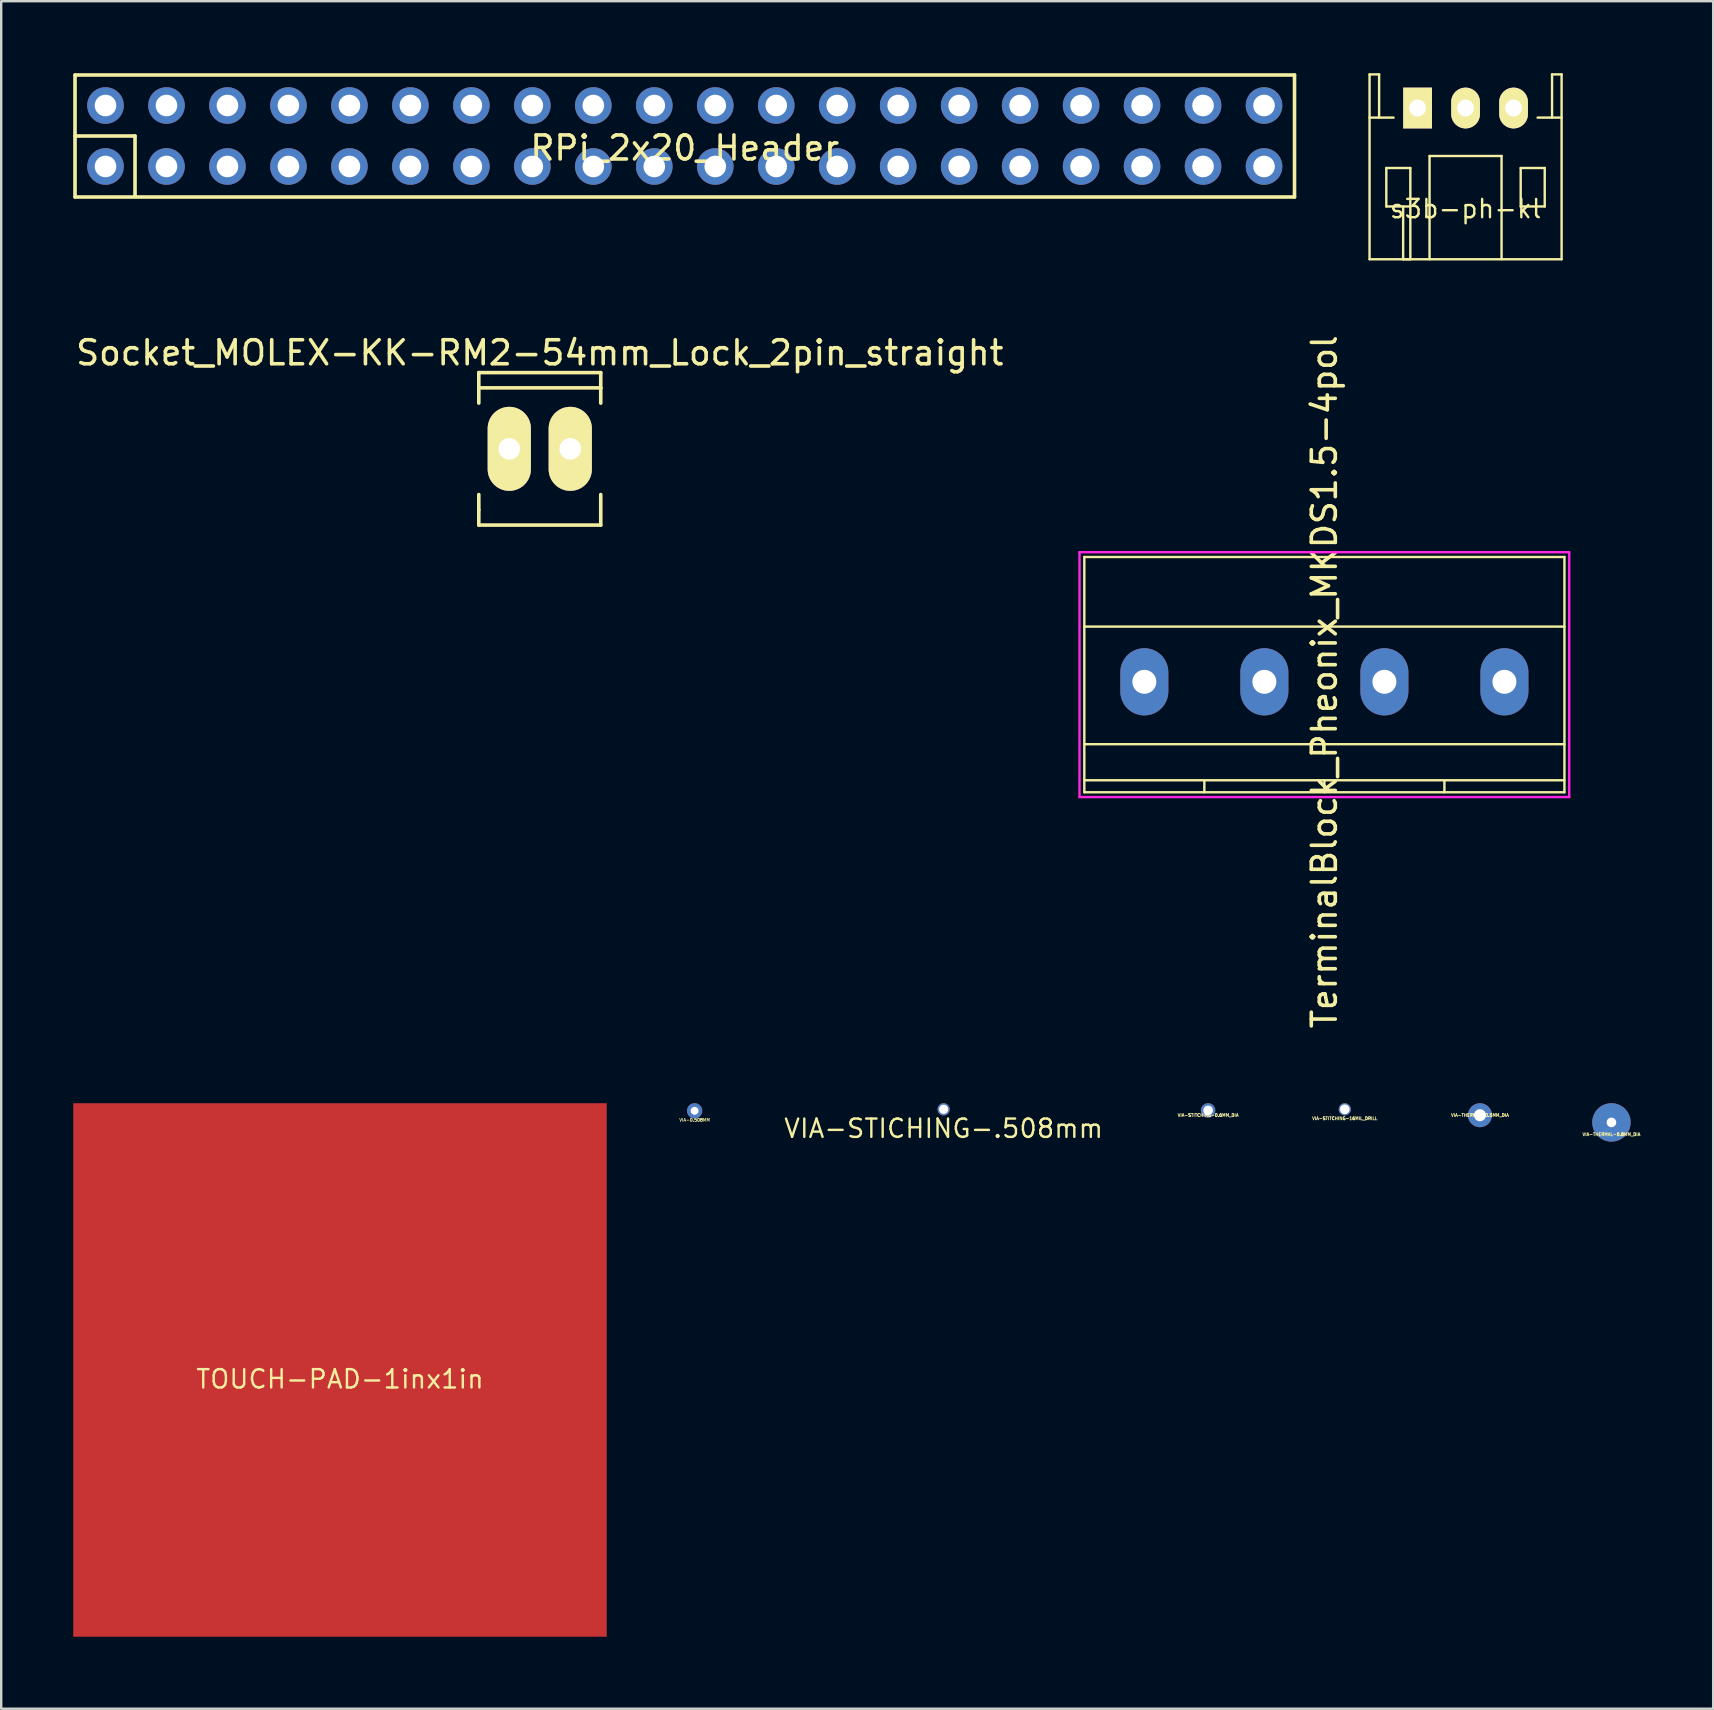
<source format=kicad_pcb>
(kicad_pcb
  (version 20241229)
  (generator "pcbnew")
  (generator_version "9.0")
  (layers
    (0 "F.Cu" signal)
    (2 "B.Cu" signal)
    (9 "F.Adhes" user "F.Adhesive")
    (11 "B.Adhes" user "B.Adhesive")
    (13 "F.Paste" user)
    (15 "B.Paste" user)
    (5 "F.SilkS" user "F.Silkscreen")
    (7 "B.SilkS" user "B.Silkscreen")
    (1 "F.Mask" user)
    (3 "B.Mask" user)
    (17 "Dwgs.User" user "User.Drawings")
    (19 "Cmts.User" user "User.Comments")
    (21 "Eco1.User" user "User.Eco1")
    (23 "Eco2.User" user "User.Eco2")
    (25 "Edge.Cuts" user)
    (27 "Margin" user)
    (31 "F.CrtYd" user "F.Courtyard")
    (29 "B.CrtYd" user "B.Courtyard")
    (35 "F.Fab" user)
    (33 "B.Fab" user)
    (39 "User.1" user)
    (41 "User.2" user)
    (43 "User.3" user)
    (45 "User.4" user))
  (footprint "TerminalBlock_Pheonix_MKDS1.5-4pol"
    (layer "F.Cu")
    (at 52.119 25.352)
    (property "Reference" "TerminalBlock_Pheonix_MKDS1.5-4pol" (at 0 0 90) (layer "F.SilkS") (effects (font (size 1 1) (thickness 0.15))))
    (attr through_hole)
    (fp_line (start -10 -5.2) (end -10 4.6) (stroke (width 0.1) (type solid)) (layer "F.SilkS"))
    (fp_line (start -10 -2.3) (end 10 -2.3) (stroke (width 0.1) (type solid)) (layer "F.SilkS"))
    (fp_line (start -10 2.6) (end 10 2.6) (stroke (width 0.1) (type solid)) (layer "F.SilkS"))
    (fp_line (start -10 4.1) (end 10 4.1) (stroke (width 0.1) (type solid)) (layer "F.SilkS"))
    (fp_line (start -10 4.6) (end 10 4.6) (stroke (width 0.1) (type solid)) (layer "F.SilkS"))
    (fp_line (start -5 4.1) (end -5 4.6) (stroke (width 0.1) (type solid)) (layer "F.SilkS"))
    (fp_line (start 0 4.1) (end 0 4.6) (stroke (width 0.1) (type solid)) (layer "F.SilkS"))
    (fp_line (start 5 4.1) (end 5 4.6) (stroke (width 0.1) (type solid)) (layer "F.SilkS"))
    (fp_line (start 10 -5.2) (end -10 -5.2) (stroke (width 0.1) (type solid)) (layer "F.SilkS"))
    (fp_line (start 10 4.6) (end 10 -5.2) (stroke (width 0.1) (type solid)) (layer "F.SilkS"))
    (fp_line (start -10.2 -5.4) (end 10.2 -5.4) (stroke (width 0.1) (type solid)) (layer "F.CrtYd"))
    (fp_line (start -10.2 4.8) (end -10.2 -5.4) (stroke (width 0.1) (type solid)) (layer "F.CrtYd"))
    (fp_line (start 10.2 -5.4) (end 10.2 4.8) (stroke (width 0.1) (type solid)) (layer "F.CrtYd"))
    (fp_line (start 10.2 4.8) (end -10.2 4.8) (stroke (width 0.1) (type solid)) (layer "F.CrtYd"))
    (pad "1" thru_hole oval (at -7.5 0) (size 2 2.8) (drill 1) (layers "*.Cu" "*.Mask"))
    (pad "2" thru_hole oval (at -2.5 0) (size 2 2.8) (drill 1) (layers "*.Cu" "*.Mask"))
    (pad "3" thru_hole oval (at 2.5 0) (size 2 2.8) (drill 1) (layers "*.Cu" "*.Mask"))
    (pad "4" thru_hole oval (at 7.5 0) (size 2 2.8) (drill 1) (layers "*.Cu" "*.Mask")))
  (footprint "RPi_2x20_Header"
    (layer "F.Cu")
    (at 25.475 2.615)
    (property "Reference" "RPi_2x20_Header" (at 0 0.5 0) (layer "F.SilkS") (effects (font (size 1 1) (thickness 0.15))))
    (attr through_hole)
    (fp_line (start -25.4 -2.54) (end -25.4 2.54) (stroke (width 0.15) (type solid)) (layer "F.SilkS"))
    (fp_line (start -25.4 -2.54) (end 25.4 -2.54) (stroke (width 0.15) (type solid)) (layer "F.SilkS"))
    (fp_line (start -25.4 0) (end -22.9 0) (stroke (width 0.15) (type solid)) (layer "F.SilkS"))
    (fp_line (start -25.4 2.54) (end 25.4 2.54) (stroke (width 0.15) (type solid)) (layer "F.SilkS"))
    (fp_line (start -22.9 0) (end -22.9 2.5) (stroke (width 0.15) (type solid)) (layer "F.SilkS"))
    (fp_line (start 25.4 -2.54) (end 25.4 2.54) (stroke (width 0.15) (type solid)) (layer "F.SilkS"))
    (pad "1" thru_hole circle (at -24.13 1.27) (size 1.524 1.524) (drill 0.9) (layers "*.Cu" "*.Mask"))
    (pad "2" thru_hole circle (at -24.13 -1.27) (size 1.524 1.524) (drill 0.9) (layers "*.Cu" "*.Mask"))
    (pad "3" thru_hole circle (at -21.59 1.27) (size 1.524 1.524) (drill 0.9) (layers "*.Cu" "*.Mask"))
    (pad "4" thru_hole circle (at -21.59 -1.27) (size 1.524 1.524) (drill 0.9) (layers "*.Cu" "*.Mask"))
    (pad "5" thru_hole circle (at -19.05 1.27) (size 1.524 1.524) (drill 0.9) (layers "*.Cu" "*.Mask"))
    (pad "6" thru_hole circle (at -19.05 -1.27) (size 1.524 1.524) (drill 0.9) (layers "*.Cu" "*.Mask"))
    (pad "7" thru_hole circle (at -16.51 1.27) (size 1.524 1.524) (drill 0.9) (layers "*.Cu" "*.Mask"))
    (pad "8" thru_hole circle (at -16.51 -1.27) (size 1.524 1.524) (drill 0.9) (layers "*.Cu" "*.Mask"))
    (pad "9" thru_hole circle (at -13.97 1.27) (size 1.524 1.524) (drill 0.9) (layers "*.Cu" "*.Mask"))
    (pad "10" thru_hole circle (at -13.97 -1.27) (size 1.524 1.524) (drill 0.9) (layers "*.Cu" "*.Mask"))
    (pad "11" thru_hole circle (at -11.43 1.27) (size 1.524 1.524) (drill 0.9) (layers "*.Cu" "*.Mask"))
    (pad "12" thru_hole circle (at -11.43 -1.27) (size 1.524 1.524) (drill 0.9) (layers "*.Cu" "*.Mask"))
    (pad "13" thru_hole circle (at -8.89 1.27) (size 1.524 1.524) (drill 0.9) (layers "*.Cu" "*.Mask"))
    (pad "14" thru_hole circle (at -8.89 -1.27) (size 1.524 1.524) (drill 0.9) (layers "*.Cu" "*.Mask"))
    (pad "15" thru_hole circle (at -6.35 1.27) (size 1.524 1.524) (drill 0.9) (layers "*.Cu" "*.Mask"))
    (pad "16" thru_hole circle (at -6.35 -1.27) (size 1.524 1.524) (drill 0.9) (layers "*.Cu" "*.Mask"))
    (pad "17" thru_hole circle (at -3.81 1.27) (size 1.524 1.524) (drill 0.9) (layers "*.Cu" "*.Mask"))
    (pad "18" thru_hole circle (at -3.81 -1.27) (size 1.524 1.524) (drill 0.9) (layers "*.Cu" "*.Mask"))
    (pad "19" thru_hole circle (at -1.27 1.27) (size 1.524 1.524) (drill 0.9) (layers "*.Cu" "*.Mask"))
    (pad "20" thru_hole circle (at -1.27 -1.27) (size 1.524 1.524) (drill 0.9) (layers "*.Cu" "*.Mask"))
    (pad "21" thru_hole circle (at 1.27 1.27) (size 1.524 1.524) (drill 0.9) (layers "*.Cu" "*.Mask"))
    (pad "22" thru_hole circle (at 1.27 -1.27) (size 1.524 1.524) (drill 0.9) (layers "*.Cu" "*.Mask"))
    (pad "23" thru_hole circle (at 3.81 1.27) (size 1.524 1.524) (drill 0.9) (layers "*.Cu" "*.Mask"))
    (pad "24" thru_hole circle (at 3.81 -1.27) (size 1.524 1.524) (drill 0.9) (layers "*.Cu" "*.Mask"))
    (pad "25" thru_hole circle (at 6.35 1.27) (size 1.524 1.524) (drill 0.9) (layers "*.Cu" "*.Mask"))
    (pad "26" thru_hole circle (at 6.35 -1.27) (size 1.524 1.524) (drill 0.9) (layers "*.Cu" "*.Mask"))
    (pad "27" thru_hole circle (at 8.89 1.27) (size 1.524 1.524) (drill 0.9) (layers "*.Cu" "*.Mask"))
    (pad "28" thru_hole circle (at 8.89 -1.27) (size 1.524 1.524) (drill 0.9) (layers "*.Cu" "*.Mask"))
    (pad "29" thru_hole circle (at 11.43 1.27) (size 1.524 1.524) (drill 0.9) (layers "*.Cu" "*.Mask"))
    (pad "30" thru_hole circle (at 11.43 -1.27) (size 1.524 1.524) (drill 0.9) (layers "*.Cu" "*.Mask"))
    (pad "31" thru_hole circle (at 13.97 1.27) (size 1.524 1.524) (drill 0.9) (layers "*.Cu" "*.Mask"))
    (pad "32" thru_hole circle (at 13.97 -1.27) (size 1.524 1.524) (drill 0.9) (layers "*.Cu" "*.Mask"))
    (pad "33" thru_hole circle (at 16.51 1.27) (size 1.524 1.524) (drill 0.9) (layers "*.Cu" "*.Mask"))
    (pad "34" thru_hole circle (at 16.51 -1.27) (size 1.524 1.524) (drill 0.9) (layers "*.Cu" "*.Mask"))
    (pad "35" thru_hole circle (at 19.05 1.27) (size 1.524 1.524) (drill 0.9) (layers "*.Cu" "*.Mask"))
    (pad "36" thru_hole circle (at 19.05 -1.27) (size 1.524 1.524) (drill 0.9) (layers "*.Cu" "*.Mask"))
    (pad "37" thru_hole circle (at 21.59 1.27) (size 1.524 1.524) (drill 0.9) (layers "*.Cu" "*.Mask"))
    (pad "38" thru_hole circle (at 21.59 -1.27) (size 1.524 1.524) (drill 0.9) (layers "*.Cu" "*.Mask"))
    (pad "39" thru_hole circle (at 24.13 1.27) (size 1.524 1.524) (drill 0.9) (layers "*.Cu" "*.Mask"))
    (pad "40" thru_hole circle (at 24.13 -1.27) (size 1.524 1.524) (drill 0.9) (layers "*.Cu" "*.Mask")))
  (footprint "s3b-ph-kl"
    (layer "F.Cu")
    (at 58.001 1.45)
    (property "Reference" "s3b-ph-kl" (at 0 4.2 0) (layer "F.SilkS") (effects (font (size 0.762 0.762) (thickness 0.1))))
    (attr through_hole)
    (fp_line (start -4 -1.4) (end -4 6.299) (stroke (width 0.1) (type solid)) (layer "F.SilkS"))
    (fp_line (start -4 6.299) (end 4 6.299) (stroke (width 0.1) (type solid)) (layer "F.SilkS"))
    (fp_line (start -4 0.4) (end -3 0.4) (stroke (width 0.1) (type solid)) (layer "F.SilkS"))
    (fp_line (start -3.602 -1.4) (end -4 -1.4) (stroke (width 0.1) (type solid)) (layer "F.SilkS"))
    (fp_line (start -3.602 0.399) (end -3.602 -1.4) (stroke (width 0.1) (type solid)) (layer "F.SilkS"))
    (fp_line (start -3.302 2.499) (end -2.301 2.499) (stroke (width 0.1) (type solid)) (layer "F.SilkS"))
    (fp_line (start -3.302 4.1) (end -3.302 2.499) (stroke (width 0.1) (type solid)) (layer "F.SilkS"))
    (fp_line (start -2.601 6.299) (end -2.601 4.1) (stroke (width 0.1) (type solid)) (layer "F.SilkS"))
    (fp_line (start -2.301 2.499) (end -2.301 4.1) (stroke (width 0.1) (type solid)) (layer "F.SilkS"))
    (fp_line (start -2.301 4.1) (end -3.302 4.1) (stroke (width 0.1) (type solid)) (layer "F.SilkS"))
    (fp_line (start -2.301 4.1) (end -2.301 6.299) (stroke (width 0.1) (type solid)) (layer "F.SilkS"))
    (fp_line (start -2.301 6.299) (end -2.601 6.299) (stroke (width 0.1) (type solid)) (layer "F.SilkS"))
    (fp_line (start -1.501 1.999) (end -1.501 6.299) (stroke (width 0.1) (type solid)) (layer "F.SilkS"))
    (fp_line (start -1.501 1.999) (end 1.501 1.999) (stroke (width 0.1) (type solid)) (layer "F.SilkS"))
    (fp_line (start 1.499 1.999) (end 1.499 6.299) (stroke (width 0.1) (type solid)) (layer "F.SilkS"))
    (fp_line (start 2.296 2.499) (end 3.297 2.499) (stroke (width 0.1) (type solid)) (layer "F.SilkS"))
    (fp_line (start 2.296 4.1) (end 2.296 2.499) (stroke (width 0.1) (type solid)) (layer "F.SilkS"))
    (fp_line (start 3.297 2.499) (end 3.297 4.1) (stroke (width 0.1) (type solid)) (layer "F.SilkS"))
    (fp_line (start 3.297 4.1) (end 2.296 4.1) (stroke (width 0.1) (type solid)) (layer "F.SilkS"))
    (fp_line (start 3.602 -1.4) (end 3.602 0.399) (stroke (width 0.1) (type solid)) (layer "F.SilkS"))
    (fp_line (start 4 0.4) (end 3 0.4) (stroke (width 0.1) (type solid)) (layer "F.SilkS"))
    (fp_line (start 4 -1.4) (end 3.602 -1.4) (stroke (width 0.1) (type solid)) (layer "F.SilkS"))
    (fp_line (start 4 6.299) (end 4 -1.4) (stroke (width 0.1) (type solid)) (layer "F.SilkS"))
    (pad "1" thru_hole rect (at -1.999 0) (size 1.199 1.699) (drill 0.701) (layers "*.Cu" "*.Mask" "F.SilkS"))
    (pad "2" thru_hole oval (at 0 0) (size 1.199 1.699) (drill 0.701) (layers "*.Cu" "*.Mask" "F.SilkS"))
    (pad "3" thru_hole oval (at 1.999 0) (size 1.199 1.699) (drill 0.701) (layers "*.Cu" "*.Mask" "F.SilkS")))
  (footprint "VIA-0.508MM"
    (layer "F.Cu")
    (at 25.885 43.223)
    (property "Reference" "VIA-0.508MM" (at 0 0.381 0) (layer "F.SilkS") (effects (font (size 0.127 0.127) (thickness 0.025))))
    (attr through_hole)
    (pad "1" thru_hole circle (at 0 0) (size 0.635 0.635) (drill 0.33) (layers "*.Cu" "*.Mask")))
  (footprint "VIA-STITCHING-0.6MM_DIA"
    (layer "F.Cu")
    (at 47.275 43.206)
    (property "Reference" "VIA-STITCHING-0.6MM_DIA" (at 0 0.2 0) (layer "F.SilkS") (effects (font (size 0.127 0.127) (thickness 0.032))))
    (attr through_hole)
    (pad "1" thru_hole circle (at 0 0) (size 0.6 0.6) (drill 0.4) (layers "*.Cu" "*.Mask")))
  (footprint "TOUCH-PAD-1inx1in"
    (layer "F.Cu")
    (at 11.113 54.018)
    (property "Reference" "TOUCH-PAD-1inx1in" (at 0 0.381 0) (layer "F.SilkS") (effects (font (size 0.762 0.762) (thickness 0.1))))
    (attr through_hole)
    (pad "1" smd rect (at 0 0) (size 22.225 22.225) (layers "F.Cu" "F.Mask" "F.Paste")))
  (footprint "VIA-THERMAL-0.8MM_DIA"
    (layer "F.Cu")
    (at 64.077 43.706)
    (property "Reference" "VIA-THERMAL-0.8MM_DIA" (at 0 0.5 0) (layer "F.SilkS") (effects (font (size 0.127 0.127) (thickness 0.032))))
    (attr through_hole)
    (pad "1" thru_hole circle (at 0 0) (size 1.6 1.6) (drill 0.4) (layers "*.Cu" "*.Mask")))
  (footprint "VIA-STICHING-.508mm"
    (layer "F.Cu")
    (at 36.259 43.16)
    (property "Reference" "VIA-STICHING-.508mm" (at 0 0.8 0) (layer "F.SilkS") (effects (font (size 0.762 0.762) (thickness 0.1))))
    (attr through_hole)
    (pad "1" thru_hole circle (at 0 0) (size 0.508 0.508) (drill 0.381) (layers "*.Cu")))
  (footprint "VIA-STITCHING-16MIL_DRILL"
    (layer "F.Cu")
    (at 52.969 43.16)
    (property "Reference" "VIA-STITCHING-16MIL_DRILL" (at 0 0.381 0) (layer "F.SilkS") (effects (font (size 0.127 0.127) (thickness 0.032))))
    (attr through_hole)
    (pad "1" thru_hole circle (at 0 0) (size 0.508 0.508) (drill 0.403) (layers "*.Cu" "*.Mask")))
  (footprint "VIA-THERMAL-0.5MM_DIA"
    (layer "F.Cu")
    (at 58.6 43.406)
    (property "Reference" "VIA-THERMAL-0.5MM_DIA" (at 0 0 0) (layer "F.SilkS") (effects (font (size 0.127 0.127) (thickness 0.032))))
    (attr through_hole)
    (pad "1" thru_hole circle (at 0 0) (size 1 1) (drill 0.5) (layers "*.Cu" "*.Mask")))
  (footprint "Socket_MOLEX-KK-RM2-54mm_Lock_2pin_straight"
    (layer "F.Cu")
    (at 19.435 15.647)
    (property "Reference" "Socket_MOLEX-KK-RM2-54mm_Lock_2pin_straight" (at 0 -4 0) (layer "F.SilkS") (effects (font (size 1 1) (thickness 0.15))))
    (attr through_hole)
    (fp_line (start -2.54 -3.175) (end 2.54 -3.175) (stroke (width 0.15) (type solid)) (layer "F.SilkS"))
    (fp_line (start -2.54 -2.54) (end -2.54 -3.175) (stroke (width 0.15) (type solid)) (layer "F.SilkS"))
    (fp_line (start -2.54 -2.54) (end -2.54 -1.905) (stroke (width 0.15) (type solid)) (layer "F.SilkS"))
    (fp_line (start -2.54 -2.54) (end 2.54 -2.54) (stroke (width 0.15) (type solid)) (layer "F.SilkS"))
    (fp_line (start -2.54 2.54) (end -2.54 1.905) (stroke (width 0.15) (type solid)) (layer "F.SilkS"))
    (fp_line (start -2.54 3.175) (end -2.54 2.54) (stroke (width 0.15) (type solid)) (layer "F.SilkS"))
    (fp_line (start 2.54 -3.175) (end 2.54 -2.54) (stroke (width 0.15) (type solid)) (layer "F.SilkS"))
    (fp_line (start 2.54 -2.54) (end 2.54 -1.905) (stroke (width 0.15) (type solid)) (layer "F.SilkS"))
    (fp_line (start 2.54 3.175) (end -2.54 3.175) (stroke (width 0.15) (type solid)) (layer "F.SilkS"))
    (fp_line (start 2.54 3.175) (end 2.54 1.905) (stroke (width 0.15) (type solid)) (layer "F.SilkS"))
    (pad "1" thru_hole oval (at -1.27 0) (size 1.8 3.5) (drill 0.9) (layers "*.Cu" "*.Mask" "F.SilkS"))
    (pad "2" thru_hole oval (at 1.27 0) (size 1.8 3.5) (drill 0.9) (layers "*.Cu" "*.Mask" "F.SilkS")))
  (gr_rect
    (start -3 -3)
    (end 68.315 68.131)
    (stroke (width 0.1) (type default))
    (fill no)
    (layer "Edge.Cuts")))
</source>
